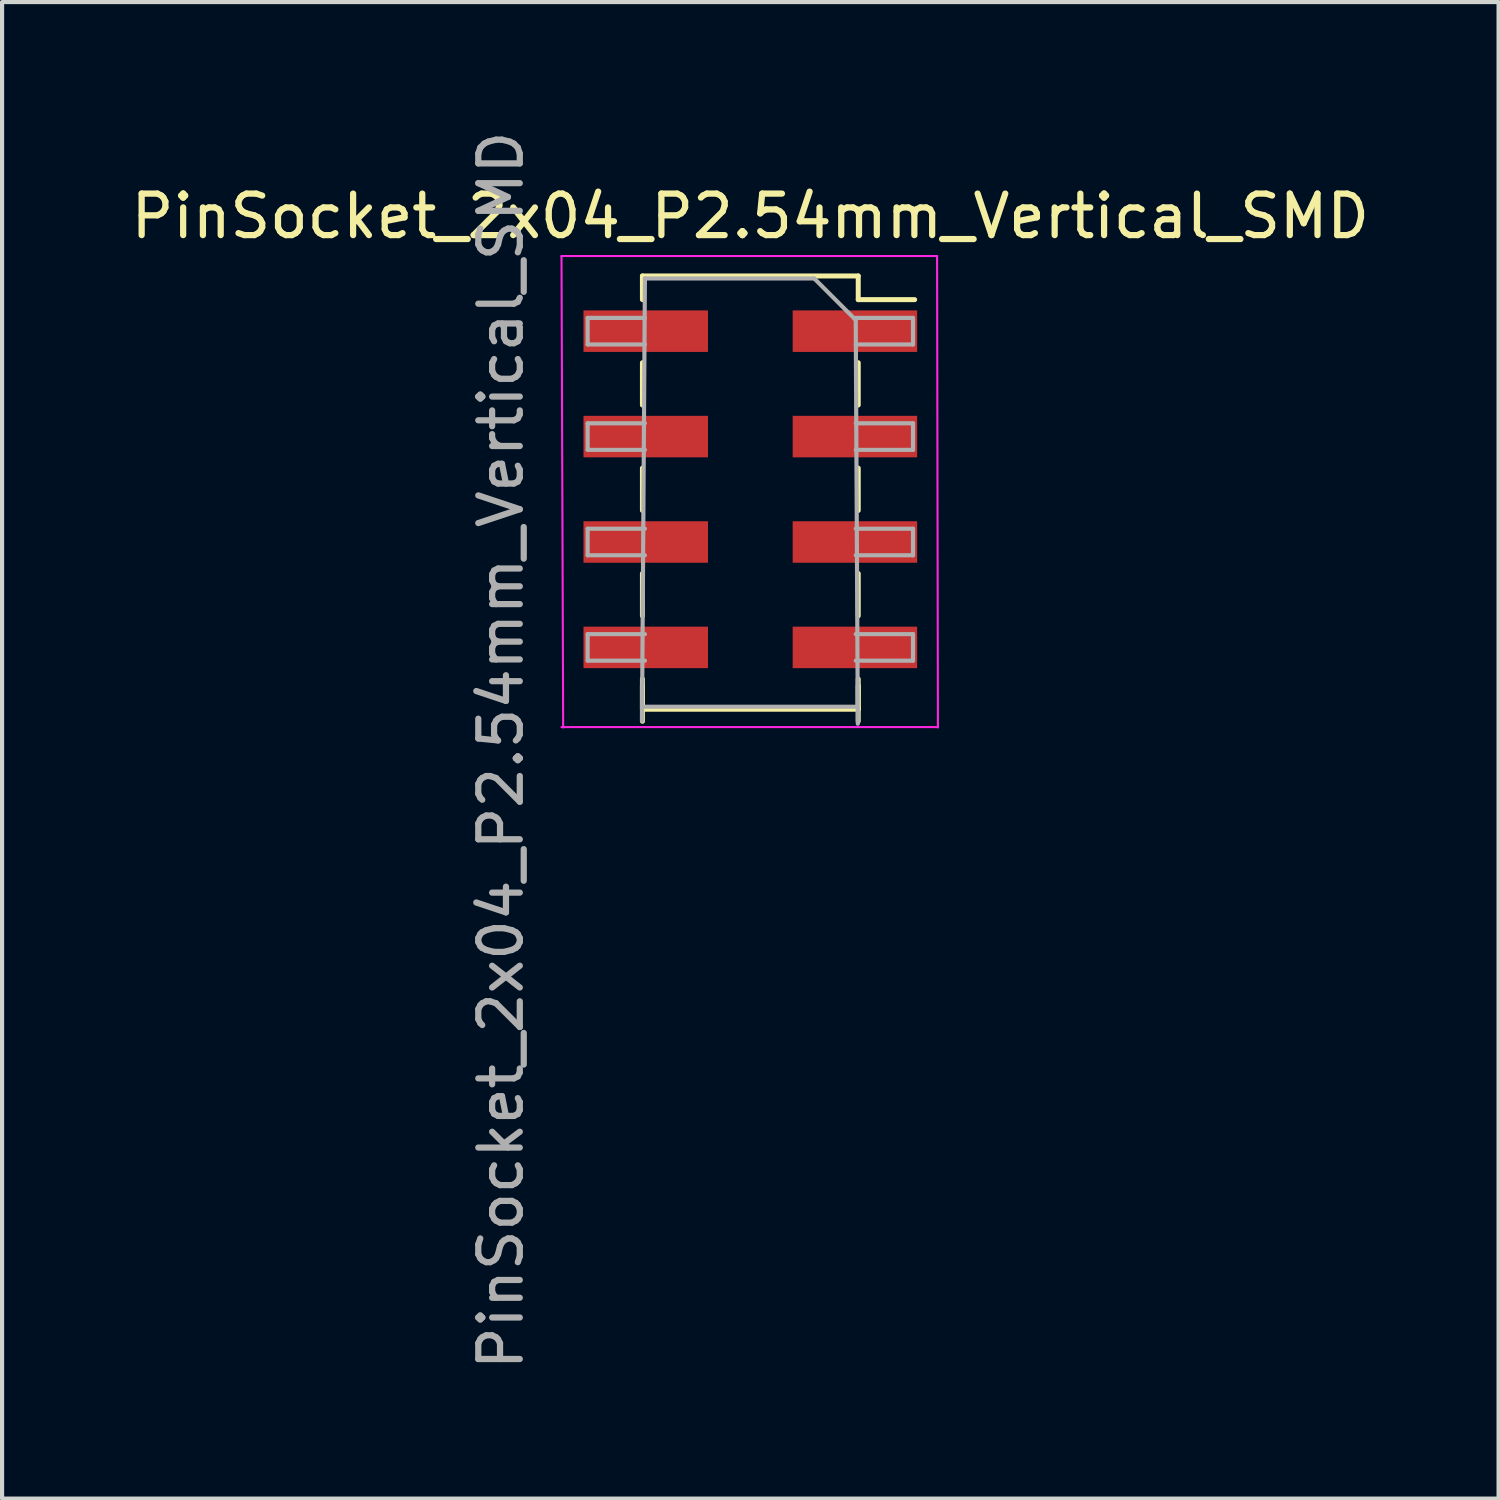
<source format=kicad_pcb>
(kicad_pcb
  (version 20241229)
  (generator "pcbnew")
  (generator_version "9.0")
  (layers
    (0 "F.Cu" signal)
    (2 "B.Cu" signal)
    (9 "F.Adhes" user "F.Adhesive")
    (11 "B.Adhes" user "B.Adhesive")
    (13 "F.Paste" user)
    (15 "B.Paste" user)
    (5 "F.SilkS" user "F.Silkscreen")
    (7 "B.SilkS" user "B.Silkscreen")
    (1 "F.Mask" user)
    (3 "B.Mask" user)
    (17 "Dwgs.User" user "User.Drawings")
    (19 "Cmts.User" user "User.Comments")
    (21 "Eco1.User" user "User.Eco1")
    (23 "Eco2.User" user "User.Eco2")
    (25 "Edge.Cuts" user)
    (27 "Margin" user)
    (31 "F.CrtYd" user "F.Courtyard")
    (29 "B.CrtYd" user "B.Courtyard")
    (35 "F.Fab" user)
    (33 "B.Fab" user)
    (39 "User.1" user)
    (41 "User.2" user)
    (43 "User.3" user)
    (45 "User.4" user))
  (footprint "PinSocket_2x04_P2.54mm_Vertical_SMD"
    (layer "F.Cu")
    (at 15.03 13.82)
    (property "Reference" "PinSocket_2x04_P2.54mm_Vertical_SMD" (at 0 -11.66 0) (layer "F.SilkS") (effects (font (size 1 1) (thickness 0.15))))
    (attr smd)
    (fp_line (start -2.6 -10.22) (end -2.6 -9.65) (stroke (width 0.12) (type solid)) (layer "F.SilkS"))
    (fp_line (start -2.6 -10.22) (end 2.6 -10.22) (stroke (width 0.12) (type solid)) (layer "F.SilkS"))
    (fp_line (start -2.6 -8.13) (end -2.6 -7.11) (stroke (width 0.12) (type solid)) (layer "F.SilkS"))
    (fp_line (start -2.6 -5.59) (end -2.6 -4.57) (stroke (width 0.12) (type solid)) (layer "F.SilkS"))
    (fp_line (start -2.6 -3.05) (end -2.6 -2.03) (stroke (width 0.12) (type solid)) (layer "F.SilkS"))
    (fp_line (start -2.6 -0.51) (end -2.6 0.51) (stroke (width 0.12) (type solid)) (layer "F.SilkS"))
    (fp_line (start -2.6 -0.35) (end -2.6 0.22) (stroke (width 0.12) (type solid)) (layer "F.SilkS"))
    (fp_line (start -2.6 0.22) (end 2.6 0.22) (stroke (width 0.12) (type solid)) (layer "F.SilkS"))
    (fp_line (start 2.6 -10.22) (end 2.6 -9.65) (stroke (width 0.12) (type solid)) (layer "F.SilkS"))
    (fp_line (start 2.6 -9.65) (end 3.96 -9.65) (stroke (width 0.12) (type solid)) (layer "F.SilkS"))
    (fp_line (start 2.6 -8.13) (end 2.6 -7.11) (stroke (width 0.12) (type solid)) (layer "F.SilkS"))
    (fp_line (start 2.6 -5.59) (end 2.6 -4.57) (stroke (width 0.12) (type solid)) (layer "F.SilkS"))
    (fp_line (start 2.6 -3.05) (end 2.6 -2.03) (stroke (width 0.12) (type solid)) (layer "F.SilkS"))
    (fp_line (start 2.6 -0.51) (end 2.6 0.51) (stroke (width 0.12) (type solid)) (layer "F.SilkS"))
    (fp_line (start 2.6 -0.35) (end 2.6 0.22) (stroke (width 0.12) (type solid)) (layer "F.SilkS"))
    (fp_line (start -4.55 -10.7) (end 4.5 -10.7) (stroke (width 0.05) (type solid)) (layer "F.CrtYd"))
    (fp_line (start -4.51 0.66) (end -4.55 -10.7) (stroke (width 0.05) (type solid)) (layer "F.CrtYd"))
    (fp_line (start 4.5 -10.7) (end 4.52 0.66) (stroke (width 0.05) (type solid)) (layer "F.CrtYd"))
    (fp_line (start 4.5 0.65) (end -4.55 0.65) (stroke (width 0.05) (type solid)) (layer "F.CrtYd"))
    (fp_line (start -3.92 -9.21) (end -2.54 -9.21) (stroke (width 0.1) (type solid)) (layer "F.Fab"))
    (fp_line (start -3.92 -8.57) (end -3.92 -9.21) (stroke (width 0.1) (type solid)) (layer "F.Fab"))
    (fp_line (start -3.92 -6.67) (end -2.54 -6.67) (stroke (width 0.1) (type solid)) (layer "F.Fab"))
    (fp_line (start -3.92 -6.03) (end -3.92 -6.67) (stroke (width 0.1) (type solid)) (layer "F.Fab"))
    (fp_line (start -3.92 -4.13) (end -2.54 -4.13) (stroke (width 0.1) (type solid)) (layer "F.Fab"))
    (fp_line (start -3.92 -3.49) (end -3.92 -4.13) (stroke (width 0.1) (type solid)) (layer "F.Fab"))
    (fp_line (start -3.92 -1.59) (end -2.54 -1.59) (stroke (width 0.1) (type solid)) (layer "F.Fab"))
    (fp_line (start -3.92 -0.95) (end -3.92 -1.59) (stroke (width 0.1) (type solid)) (layer "F.Fab"))
    (fp_line (start -2.61 0.5) (end -2.54 -10.16) (stroke (width 0.1) (type solid)) (layer "F.Fab"))
    (fp_line (start -2.54 -10.16) (end 1.54 -10.16) (stroke (width 0.1) (type solid)) (layer "F.Fab"))
    (fp_line (start -2.54 -8.57) (end -3.92 -8.57) (stroke (width 0.1) (type solid)) (layer "F.Fab"))
    (fp_line (start -2.54 -6.03) (end -3.92 -6.03) (stroke (width 0.1) (type solid)) (layer "F.Fab"))
    (fp_line (start -2.54 -3.49) (end -3.92 -3.49) (stroke (width 0.1) (type solid)) (layer "F.Fab"))
    (fp_line (start -2.54 -0.95) (end -3.92 -0.95) (stroke (width 0.1) (type solid)) (layer "F.Fab"))
    (fp_line (start 1.54 -10.16) (end 2.54 -9.16) (stroke (width 0.1) (type solid)) (layer "F.Fab"))
    (fp_line (start 2.54 -9.21) (end 3.92 -9.21) (stroke (width 0.1) (type solid)) (layer "F.Fab"))
    (fp_line (start 2.54 -9.16) (end 2.59 0.57) (stroke (width 0.1) (type solid)) (layer "F.Fab"))
    (fp_line (start 2.54 -6.67) (end 3.92 -6.67) (stroke (width 0.1) (type solid)) (layer "F.Fab"))
    (fp_line (start 2.54 -4.13) (end 3.92 -4.13) (stroke (width 0.1) (type solid)) (layer "F.Fab"))
    (fp_line (start 2.54 -1.59) (end 3.92 -1.59) (stroke (width 0.1) (type solid)) (layer "F.Fab"))
    (fp_line (start 2.54 0.16) (end -2.54 0.16) (stroke (width 0.1) (type solid)) (layer "F.Fab"))
    (fp_line (start 3.92 -9.21) (end 3.92 -8.57) (stroke (width 0.1) (type solid)) (layer "F.Fab"))
    (fp_line (start 3.92 -8.57) (end 2.54 -8.57) (stroke (width 0.1) (type solid)) (layer "F.Fab"))
    (fp_line (start 3.92 -6.67) (end 3.92 -6.03) (stroke (width 0.1) (type solid)) (layer "F.Fab"))
    (fp_line (start 3.92 -6.03) (end 2.54 -6.03) (stroke (width 0.1) (type solid)) (layer "F.Fab"))
    (fp_line (start 3.92 -4.13) (end 3.92 -3.49) (stroke (width 0.1) (type solid)) (layer "F.Fab"))
    (fp_line (start 3.92 -3.49) (end 2.54 -3.49) (stroke (width 0.1) (type solid)) (layer "F.Fab"))
    (fp_line (start 3.92 -1.59) (end 3.92 -0.95) (stroke (width 0.1) (type solid)) (layer "F.Fab"))
    (fp_line (start 3.92 -0.95) (end 2.54 -0.95) (stroke (width 0.1) (type solid)) (layer "F.Fab"))
    (fp_text user "${REFERENCE}" (at -6.01 1.21 90) (layer "F.Fab") (effects (font (size 1 1) (thickness 0.15))))
    (pad "1" smd rect (at 2.52 -8.89) (size 3 1) (layers "F.Cu" "F.Mask" "F.Paste"))
    (pad "2" smd rect (at -2.52 -8.89) (size 3 1) (layers "F.Cu" "F.Mask" "F.Paste"))
    (pad "3" smd rect (at 2.52 -6.35) (size 3 1) (layers "F.Cu" "F.Mask" "F.Paste"))
    (pad "4" smd rect (at -2.52 -6.35) (size 3 1) (layers "F.Cu" "F.Mask" "F.Paste"))
    (pad "5" smd rect (at 2.52 -3.81) (size 3 1) (layers "F.Cu" "F.Mask" "F.Paste"))
    (pad "6" smd rect (at -2.52 -3.81) (size 3 1) (layers "F.Cu" "F.Mask" "F.Paste"))
    (pad "7" smd rect (at 2.52 -1.27) (size 3 1) (layers "F.Cu" "F.Mask" "F.Paste"))
    (pad "8" smd rect (at -2.52 -1.27) (size 3 1) (layers "F.Cu" "F.Mask" "F.Paste")))
  (gr_rect
    (start -3 -3)
    (end 33.06 33.06)
    (stroke (width 0.1) (type default))
    (fill no)
    (layer "Edge.Cuts")))
</source>
